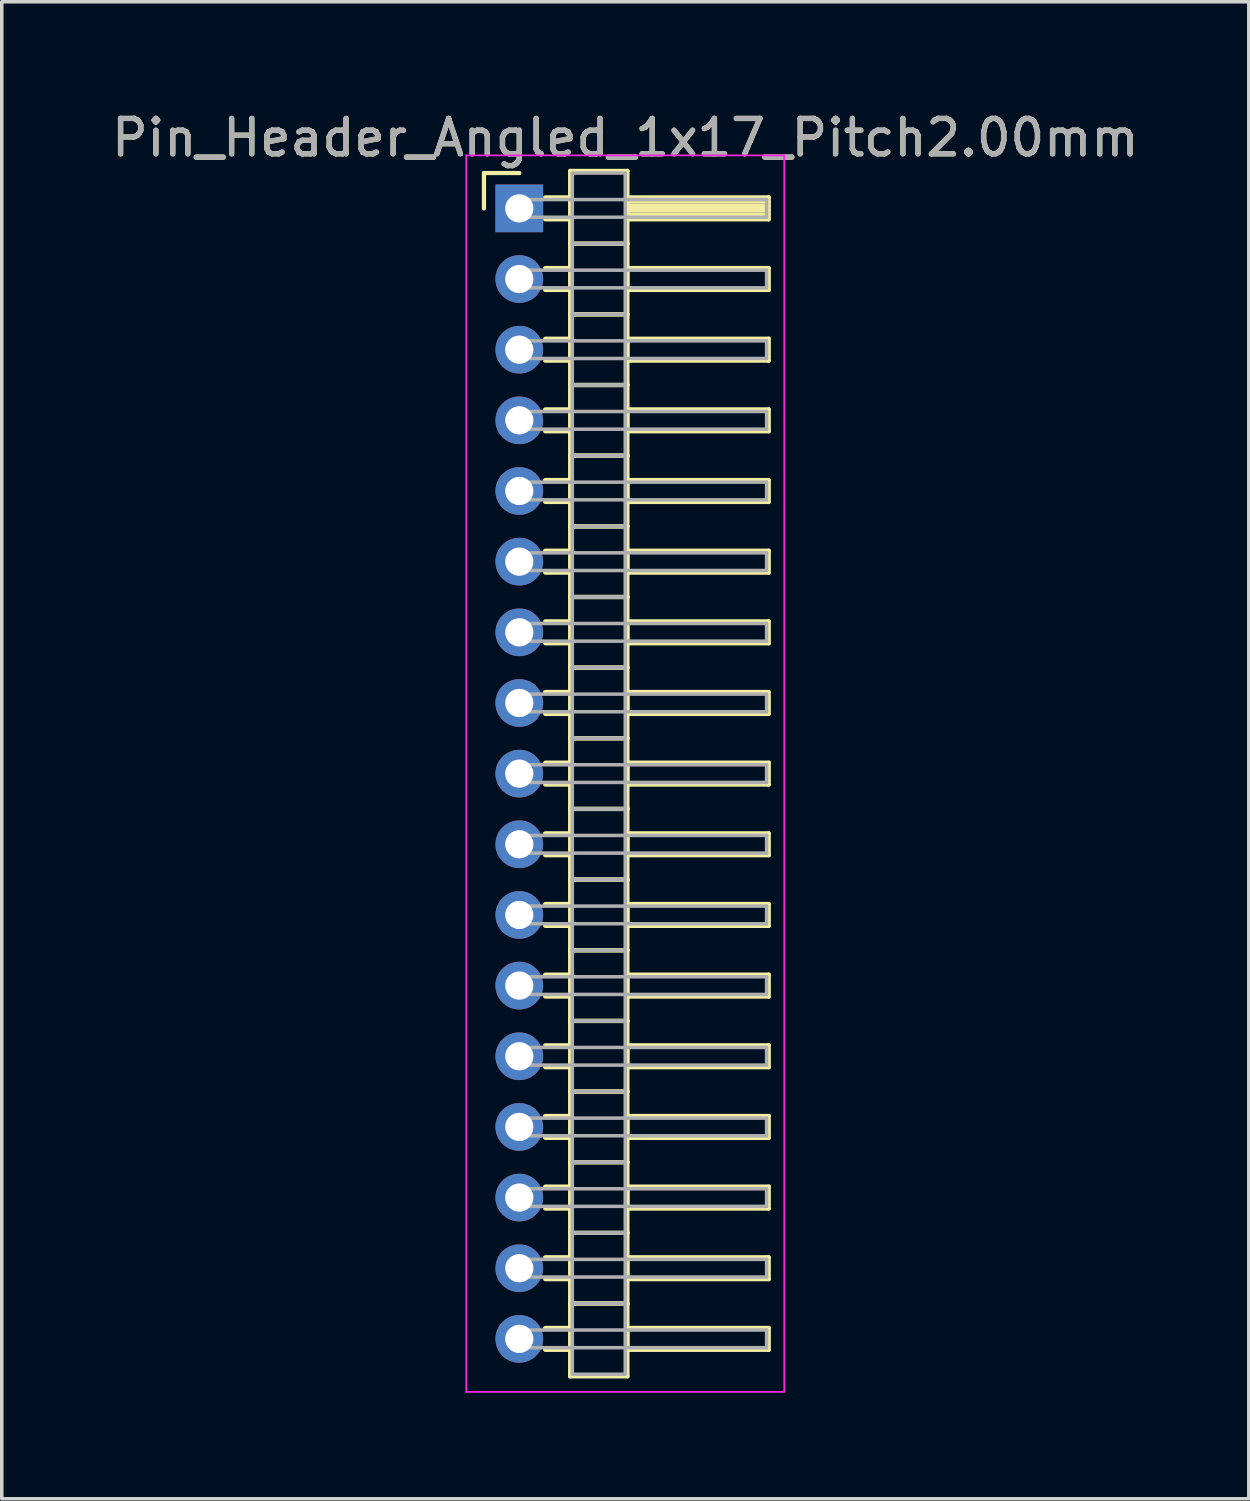
<source format=kicad_pcb>
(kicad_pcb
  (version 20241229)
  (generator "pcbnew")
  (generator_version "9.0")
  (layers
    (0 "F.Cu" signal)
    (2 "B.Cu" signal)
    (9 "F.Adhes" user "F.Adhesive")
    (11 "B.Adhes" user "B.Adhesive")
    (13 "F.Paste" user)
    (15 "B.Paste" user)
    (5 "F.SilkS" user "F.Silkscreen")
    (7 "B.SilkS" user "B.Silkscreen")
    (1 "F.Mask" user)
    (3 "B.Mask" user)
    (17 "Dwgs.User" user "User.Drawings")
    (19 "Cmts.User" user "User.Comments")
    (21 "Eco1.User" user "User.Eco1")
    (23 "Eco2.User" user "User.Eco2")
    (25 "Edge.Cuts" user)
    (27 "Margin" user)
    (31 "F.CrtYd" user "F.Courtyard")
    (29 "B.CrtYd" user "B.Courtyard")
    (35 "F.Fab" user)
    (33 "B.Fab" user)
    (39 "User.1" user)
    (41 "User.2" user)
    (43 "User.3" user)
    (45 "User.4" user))
  (footprint "Pin_Header_Angled_1x17_Pitch2.00mm"
    (layer "F.Cu")
    (at 11.649 2.848)
    (property "Reference" "Pin_Header_Angled_1x17_Pitch2.00mm" (at 3 -2 0) (layer "F.SilkS") (effects (font (size 1 1) (thickness 0.15))))
    (attr through_hole)
    (fp_line (start -1 -1) (end 0 -1) (stroke (width 0.12) (type solid)) (layer "F.SilkS"))
    (fp_line (start -1 0) (end -1 -1) (stroke (width 0.12) (type solid)) (layer "F.SilkS"))
    (fp_line (start 0.735 -0.31) (end 1.44 -0.31) (stroke (width 0.12) (type solid)) (layer "F.SilkS"))
    (fp_line (start 0.735 0.31) (end 1.44 0.31) (stroke (width 0.12) (type solid)) (layer "F.SilkS"))
    (fp_line (start 0.735 1.69) (end 1.44 1.69) (stroke (width 0.12) (type solid)) (layer "F.SilkS"))
    (fp_line (start 0.735 2.31) (end 1.44 2.31) (stroke (width 0.12) (type solid)) (layer "F.SilkS"))
    (fp_line (start 0.735 3.69) (end 1.44 3.69) (stroke (width 0.12) (type solid)) (layer "F.SilkS"))
    (fp_line (start 0.735 4.31) (end 1.44 4.31) (stroke (width 0.12) (type solid)) (layer "F.SilkS"))
    (fp_line (start 0.735 5.69) (end 1.44 5.69) (stroke (width 0.12) (type solid)) (layer "F.SilkS"))
    (fp_line (start 0.735 6.31) (end 1.44 6.31) (stroke (width 0.12) (type solid)) (layer "F.SilkS"))
    (fp_line (start 0.735 7.69) (end 1.44 7.69) (stroke (width 0.12) (type solid)) (layer "F.SilkS"))
    (fp_line (start 0.735 8.31) (end 1.44 8.31) (stroke (width 0.12) (type solid)) (layer "F.SilkS"))
    (fp_line (start 0.735 9.69) (end 1.44 9.69) (stroke (width 0.12) (type solid)) (layer "F.SilkS"))
    (fp_line (start 0.735 10.31) (end 1.44 10.31) (stroke (width 0.12) (type solid)) (layer "F.SilkS"))
    (fp_line (start 0.735 11.69) (end 1.44 11.69) (stroke (width 0.12) (type solid)) (layer "F.SilkS"))
    (fp_line (start 0.735 12.31) (end 1.44 12.31) (stroke (width 0.12) (type solid)) (layer "F.SilkS"))
    (fp_line (start 0.735 13.69) (end 1.44 13.69) (stroke (width 0.12) (type solid)) (layer "F.SilkS"))
    (fp_line (start 0.735 14.31) (end 1.44 14.31) (stroke (width 0.12) (type solid)) (layer "F.SilkS"))
    (fp_line (start 0.735 15.69) (end 1.44 15.69) (stroke (width 0.12) (type solid)) (layer "F.SilkS"))
    (fp_line (start 0.735 16.31) (end 1.44 16.31) (stroke (width 0.12) (type solid)) (layer "F.SilkS"))
    (fp_line (start 0.735 17.69) (end 1.44 17.69) (stroke (width 0.12) (type solid)) (layer "F.SilkS"))
    (fp_line (start 0.735 18.31) (end 1.44 18.31) (stroke (width 0.12) (type solid)) (layer "F.SilkS"))
    (fp_line (start 0.735 19.69) (end 1.44 19.69) (stroke (width 0.12) (type solid)) (layer "F.SilkS"))
    (fp_line (start 0.735 20.31) (end 1.44 20.31) (stroke (width 0.12) (type solid)) (layer "F.SilkS"))
    (fp_line (start 0.735 21.69) (end 1.44 21.69) (stroke (width 0.12) (type solid)) (layer "F.SilkS"))
    (fp_line (start 0.735 22.31) (end 1.44 22.31) (stroke (width 0.12) (type solid)) (layer "F.SilkS"))
    (fp_line (start 0.735 23.69) (end 1.44 23.69) (stroke (width 0.12) (type solid)) (layer "F.SilkS"))
    (fp_line (start 0.735 24.31) (end 1.44 24.31) (stroke (width 0.12) (type solid)) (layer "F.SilkS"))
    (fp_line (start 0.735 25.69) (end 1.44 25.69) (stroke (width 0.12) (type solid)) (layer "F.SilkS"))
    (fp_line (start 0.735 26.31) (end 1.44 26.31) (stroke (width 0.12) (type solid)) (layer "F.SilkS"))
    (fp_line (start 0.735 27.69) (end 1.44 27.69) (stroke (width 0.12) (type solid)) (layer "F.SilkS"))
    (fp_line (start 0.735 28.31) (end 1.44 28.31) (stroke (width 0.12) (type solid)) (layer "F.SilkS"))
    (fp_line (start 0.735 29.69) (end 1.44 29.69) (stroke (width 0.12) (type solid)) (layer "F.SilkS"))
    (fp_line (start 0.735 30.31) (end 1.44 30.31) (stroke (width 0.12) (type solid)) (layer "F.SilkS"))
    (fp_line (start 0.735 31.69) (end 1.44 31.69) (stroke (width 0.12) (type solid)) (layer "F.SilkS"))
    (fp_line (start 0.735 32.31) (end 1.44 32.31) (stroke (width 0.12) (type solid)) (layer "F.SilkS"))
    (fp_line (start 1.44 -1.06) (end 1.44 1) (stroke (width 0.12) (type solid)) (layer "F.SilkS"))
    (fp_line (start 1.44 1) (end 1.44 3) (stroke (width 0.12) (type solid)) (layer "F.SilkS"))
    (fp_line (start 1.44 1) (end 3.06 1) (stroke (width 0.12) (type solid)) (layer "F.SilkS"))
    (fp_line (start 1.44 3) (end 1.44 5) (stroke (width 0.12) (type solid)) (layer "F.SilkS"))
    (fp_line (start 1.44 3) (end 3.06 3) (stroke (width 0.12) (type solid)) (layer "F.SilkS"))
    (fp_line (start 1.44 5) (end 1.44 7) (stroke (width 0.12) (type solid)) (layer "F.SilkS"))
    (fp_line (start 1.44 5) (end 3.06 5) (stroke (width 0.12) (type solid)) (layer "F.SilkS"))
    (fp_line (start 1.44 7) (end 1.44 9) (stroke (width 0.12) (type solid)) (layer "F.SilkS"))
    (fp_line (start 1.44 7) (end 3.06 7) (stroke (width 0.12) (type solid)) (layer "F.SilkS"))
    (fp_line (start 1.44 9) (end 1.44 11) (stroke (width 0.12) (type solid)) (layer "F.SilkS"))
    (fp_line (start 1.44 9) (end 3.06 9) (stroke (width 0.12) (type solid)) (layer "F.SilkS"))
    (fp_line (start 1.44 11) (end 1.44 13) (stroke (width 0.12) (type solid)) (layer "F.SilkS"))
    (fp_line (start 1.44 11) (end 3.06 11) (stroke (width 0.12) (type solid)) (layer "F.SilkS"))
    (fp_line (start 1.44 13) (end 1.44 15) (stroke (width 0.12) (type solid)) (layer "F.SilkS"))
    (fp_line (start 1.44 13) (end 3.06 13) (stroke (width 0.12) (type solid)) (layer "F.SilkS"))
    (fp_line (start 1.44 15) (end 1.44 17) (stroke (width 0.12) (type solid)) (layer "F.SilkS"))
    (fp_line (start 1.44 15) (end 3.06 15) (stroke (width 0.12) (type solid)) (layer "F.SilkS"))
    (fp_line (start 1.44 17) (end 1.44 19) (stroke (width 0.12) (type solid)) (layer "F.SilkS"))
    (fp_line (start 1.44 17) (end 3.06 17) (stroke (width 0.12) (type solid)) (layer "F.SilkS"))
    (fp_line (start 1.44 19) (end 1.44 21) (stroke (width 0.12) (type solid)) (layer "F.SilkS"))
    (fp_line (start 1.44 19) (end 3.06 19) (stroke (width 0.12) (type solid)) (layer "F.SilkS"))
    (fp_line (start 1.44 21) (end 1.44 23) (stroke (width 0.12) (type solid)) (layer "F.SilkS"))
    (fp_line (start 1.44 21) (end 3.06 21) (stroke (width 0.12) (type solid)) (layer "F.SilkS"))
    (fp_line (start 1.44 23) (end 1.44 25) (stroke (width 0.12) (type solid)) (layer "F.SilkS"))
    (fp_line (start 1.44 23) (end 3.06 23) (stroke (width 0.12) (type solid)) (layer "F.SilkS"))
    (fp_line (start 1.44 25) (end 1.44 27) (stroke (width 0.12) (type solid)) (layer "F.SilkS"))
    (fp_line (start 1.44 25) (end 3.06 25) (stroke (width 0.12) (type solid)) (layer "F.SilkS"))
    (fp_line (start 1.44 27) (end 1.44 29) (stroke (width 0.12) (type solid)) (layer "F.SilkS"))
    (fp_line (start 1.44 27) (end 3.06 27) (stroke (width 0.12) (type solid)) (layer "F.SilkS"))
    (fp_line (start 1.44 29) (end 1.44 31) (stroke (width 0.12) (type solid)) (layer "F.SilkS"))
    (fp_line (start 1.44 29) (end 3.06 29) (stroke (width 0.12) (type solid)) (layer "F.SilkS"))
    (fp_line (start 1.44 31) (end 1.44 33.06) (stroke (width 0.12) (type solid)) (layer "F.SilkS"))
    (fp_line (start 1.44 31) (end 3.06 31) (stroke (width 0.12) (type solid)) (layer "F.SilkS"))
    (fp_line (start 1.44 33.06) (end 3.06 33.06) (stroke (width 0.12) (type solid)) (layer "F.SilkS"))
    (fp_line (start 3.06 -1.06) (end 1.44 -1.06) (stroke (width 0.12) (type solid)) (layer "F.SilkS"))
    (fp_line (start 3.06 -0.31) (end 3.06 0.31) (stroke (width 0.12) (type solid)) (layer "F.SilkS"))
    (fp_line (start 3.06 -0.19) (end 7.06 -0.19) (stroke (width 0.12) (type solid)) (layer "F.SilkS"))
    (fp_line (start 3.06 -0.07) (end 7.06 -0.07) (stroke (width 0.12) (type solid)) (layer "F.SilkS"))
    (fp_line (start 3.06 0.05) (end 7.06 0.05) (stroke (width 0.12) (type solid)) (layer "F.SilkS"))
    (fp_line (start 3.06 0.17) (end 7.06 0.17) (stroke (width 0.12) (type solid)) (layer "F.SilkS"))
    (fp_line (start 3.06 0.29) (end 7.06 0.29) (stroke (width 0.12) (type solid)) (layer "F.SilkS"))
    (fp_line (start 3.06 0.31) (end 7.06 0.31) (stroke (width 0.12) (type solid)) (layer "F.SilkS"))
    (fp_line (start 3.06 1) (end 1.44 1) (stroke (width 0.12) (type solid)) (layer "F.SilkS"))
    (fp_line (start 3.06 1) (end 3.06 -1.06) (stroke (width 0.12) (type solid)) (layer "F.SilkS"))
    (fp_line (start 3.06 1.69) (end 3.06 2.31) (stroke (width 0.12) (type solid)) (layer "F.SilkS"))
    (fp_line (start 3.06 2.31) (end 7.06 2.31) (stroke (width 0.12) (type solid)) (layer "F.SilkS"))
    (fp_line (start 3.06 3) (end 1.44 3) (stroke (width 0.12) (type solid)) (layer "F.SilkS"))
    (fp_line (start 3.06 3) (end 3.06 1) (stroke (width 0.12) (type solid)) (layer "F.SilkS"))
    (fp_line (start 3.06 3.69) (end 3.06 4.31) (stroke (width 0.12) (type solid)) (layer "F.SilkS"))
    (fp_line (start 3.06 4.31) (end 7.06 4.31) (stroke (width 0.12) (type solid)) (layer "F.SilkS"))
    (fp_line (start 3.06 5) (end 1.44 5) (stroke (width 0.12) (type solid)) (layer "F.SilkS"))
    (fp_line (start 3.06 5) (end 3.06 3) (stroke (width 0.12) (type solid)) (layer "F.SilkS"))
    (fp_line (start 3.06 5.69) (end 3.06 6.31) (stroke (width 0.12) (type solid)) (layer "F.SilkS"))
    (fp_line (start 3.06 6.31) (end 7.06 6.31) (stroke (width 0.12) (type solid)) (layer "F.SilkS"))
    (fp_line (start 3.06 7) (end 1.44 7) (stroke (width 0.12) (type solid)) (layer "F.SilkS"))
    (fp_line (start 3.06 7) (end 3.06 5) (stroke (width 0.12) (type solid)) (layer "F.SilkS"))
    (fp_line (start 3.06 7.69) (end 3.06 8.31) (stroke (width 0.12) (type solid)) (layer "F.SilkS"))
    (fp_line (start 3.06 8.31) (end 7.06 8.31) (stroke (width 0.12) (type solid)) (layer "F.SilkS"))
    (fp_line (start 3.06 9) (end 1.44 9) (stroke (width 0.12) (type solid)) (layer "F.SilkS"))
    (fp_line (start 3.06 9) (end 3.06 7) (stroke (width 0.12) (type solid)) (layer "F.SilkS"))
    (fp_line (start 3.06 9.69) (end 3.06 10.31) (stroke (width 0.12) (type solid)) (layer "F.SilkS"))
    (fp_line (start 3.06 10.31) (end 7.06 10.31) (stroke (width 0.12) (type solid)) (layer "F.SilkS"))
    (fp_line (start 3.06 11) (end 1.44 11) (stroke (width 0.12) (type solid)) (layer "F.SilkS"))
    (fp_line (start 3.06 11) (end 3.06 9) (stroke (width 0.12) (type solid)) (layer "F.SilkS"))
    (fp_line (start 3.06 11.69) (end 3.06 12.31) (stroke (width 0.12) (type solid)) (layer "F.SilkS"))
    (fp_line (start 3.06 12.31) (end 7.06 12.31) (stroke (width 0.12) (type solid)) (layer "F.SilkS"))
    (fp_line (start 3.06 13) (end 1.44 13) (stroke (width 0.12) (type solid)) (layer "F.SilkS"))
    (fp_line (start 3.06 13) (end 3.06 11) (stroke (width 0.12) (type solid)) (layer "F.SilkS"))
    (fp_line (start 3.06 13.69) (end 3.06 14.31) (stroke (width 0.12) (type solid)) (layer "F.SilkS"))
    (fp_line (start 3.06 14.31) (end 7.06 14.31) (stroke (width 0.12) (type solid)) (layer "F.SilkS"))
    (fp_line (start 3.06 15) (end 1.44 15) (stroke (width 0.12) (type solid)) (layer "F.SilkS"))
    (fp_line (start 3.06 15) (end 3.06 13) (stroke (width 0.12) (type solid)) (layer "F.SilkS"))
    (fp_line (start 3.06 15.69) (end 3.06 16.31) (stroke (width 0.12) (type solid)) (layer "F.SilkS"))
    (fp_line (start 3.06 16.31) (end 7.06 16.31) (stroke (width 0.12) (type solid)) (layer "F.SilkS"))
    (fp_line (start 3.06 17) (end 1.44 17) (stroke (width 0.12) (type solid)) (layer "F.SilkS"))
    (fp_line (start 3.06 17) (end 3.06 15) (stroke (width 0.12) (type solid)) (layer "F.SilkS"))
    (fp_line (start 3.06 17.69) (end 3.06 18.31) (stroke (width 0.12) (type solid)) (layer "F.SilkS"))
    (fp_line (start 3.06 18.31) (end 7.06 18.31) (stroke (width 0.12) (type solid)) (layer "F.SilkS"))
    (fp_line (start 3.06 19) (end 1.44 19) (stroke (width 0.12) (type solid)) (layer "F.SilkS"))
    (fp_line (start 3.06 19) (end 3.06 17) (stroke (width 0.12) (type solid)) (layer "F.SilkS"))
    (fp_line (start 3.06 19.69) (end 3.06 20.31) (stroke (width 0.12) (type solid)) (layer "F.SilkS"))
    (fp_line (start 3.06 20.31) (end 7.06 20.31) (stroke (width 0.12) (type solid)) (layer "F.SilkS"))
    (fp_line (start 3.06 21) (end 1.44 21) (stroke (width 0.12) (type solid)) (layer "F.SilkS"))
    (fp_line (start 3.06 21) (end 3.06 19) (stroke (width 0.12) (type solid)) (layer "F.SilkS"))
    (fp_line (start 3.06 21.69) (end 3.06 22.31) (stroke (width 0.12) (type solid)) (layer "F.SilkS"))
    (fp_line (start 3.06 22.31) (end 7.06 22.31) (stroke (width 0.12) (type solid)) (layer "F.SilkS"))
    (fp_line (start 3.06 23) (end 1.44 23) (stroke (width 0.12) (type solid)) (layer "F.SilkS"))
    (fp_line (start 3.06 23) (end 3.06 21) (stroke (width 0.12) (type solid)) (layer "F.SilkS"))
    (fp_line (start 3.06 23.69) (end 3.06 24.31) (stroke (width 0.12) (type solid)) (layer "F.SilkS"))
    (fp_line (start 3.06 24.31) (end 7.06 24.31) (stroke (width 0.12) (type solid)) (layer "F.SilkS"))
    (fp_line (start 3.06 25) (end 1.44 25) (stroke (width 0.12) (type solid)) (layer "F.SilkS"))
    (fp_line (start 3.06 25) (end 3.06 23) (stroke (width 0.12) (type solid)) (layer "F.SilkS"))
    (fp_line (start 3.06 25.69) (end 3.06 26.31) (stroke (width 0.12) (type solid)) (layer "F.SilkS"))
    (fp_line (start 3.06 26.31) (end 7.06 26.31) (stroke (width 0.12) (type solid)) (layer "F.SilkS"))
    (fp_line (start 3.06 27) (end 1.44 27) (stroke (width 0.12) (type solid)) (layer "F.SilkS"))
    (fp_line (start 3.06 27) (end 3.06 25) (stroke (width 0.12) (type solid)) (layer "F.SilkS"))
    (fp_line (start 3.06 27.69) (end 3.06 28.31) (stroke (width 0.12) (type solid)) (layer "F.SilkS"))
    (fp_line (start 3.06 28.31) (end 7.06 28.31) (stroke (width 0.12) (type solid)) (layer "F.SilkS"))
    (fp_line (start 3.06 29) (end 1.44 29) (stroke (width 0.12) (type solid)) (layer "F.SilkS"))
    (fp_line (start 3.06 29) (end 3.06 27) (stroke (width 0.12) (type solid)) (layer "F.SilkS"))
    (fp_line (start 3.06 29.69) (end 3.06 30.31) (stroke (width 0.12) (type solid)) (layer "F.SilkS"))
    (fp_line (start 3.06 30.31) (end 7.06 30.31) (stroke (width 0.12) (type solid)) (layer "F.SilkS"))
    (fp_line (start 3.06 31) (end 1.44 31) (stroke (width 0.12) (type solid)) (layer "F.SilkS"))
    (fp_line (start 3.06 31) (end 3.06 29) (stroke (width 0.12) (type solid)) (layer "F.SilkS"))
    (fp_line (start 3.06 31.69) (end 3.06 32.31) (stroke (width 0.12) (type solid)) (layer "F.SilkS"))
    (fp_line (start 3.06 32.31) (end 7.06 32.31) (stroke (width 0.12) (type solid)) (layer "F.SilkS"))
    (fp_line (start 3.06 33.06) (end 3.06 31) (stroke (width 0.12) (type solid)) (layer "F.SilkS"))
    (fp_line (start 7.06 -0.31) (end 3.06 -0.31) (stroke (width 0.12) (type solid)) (layer "F.SilkS"))
    (fp_line (start 7.06 0.31) (end 7.06 -0.31) (stroke (width 0.12) (type solid)) (layer "F.SilkS"))
    (fp_line (start 7.06 1.69) (end 3.06 1.69) (stroke (width 0.12) (type solid)) (layer "F.SilkS"))
    (fp_line (start 7.06 2.31) (end 7.06 1.69) (stroke (width 0.12) (type solid)) (layer "F.SilkS"))
    (fp_line (start 7.06 3.69) (end 3.06 3.69) (stroke (width 0.12) (type solid)) (layer "F.SilkS"))
    (fp_line (start 7.06 4.31) (end 7.06 3.69) (stroke (width 0.12) (type solid)) (layer "F.SilkS"))
    (fp_line (start 7.06 5.69) (end 3.06 5.69) (stroke (width 0.12) (type solid)) (layer "F.SilkS"))
    (fp_line (start 7.06 6.31) (end 7.06 5.69) (stroke (width 0.12) (type solid)) (layer "F.SilkS"))
    (fp_line (start 7.06 7.69) (end 3.06 7.69) (stroke (width 0.12) (type solid)) (layer "F.SilkS"))
    (fp_line (start 7.06 8.31) (end 7.06 7.69) (stroke (width 0.12) (type solid)) (layer "F.SilkS"))
    (fp_line (start 7.06 9.69) (end 3.06 9.69) (stroke (width 0.12) (type solid)) (layer "F.SilkS"))
    (fp_line (start 7.06 10.31) (end 7.06 9.69) (stroke (width 0.12) (type solid)) (layer "F.SilkS"))
    (fp_line (start 7.06 11.69) (end 3.06 11.69) (stroke (width 0.12) (type solid)) (layer "F.SilkS"))
    (fp_line (start 7.06 12.31) (end 7.06 11.69) (stroke (width 0.12) (type solid)) (layer "F.SilkS"))
    (fp_line (start 7.06 13.69) (end 3.06 13.69) (stroke (width 0.12) (type solid)) (layer "F.SilkS"))
    (fp_line (start 7.06 14.31) (end 7.06 13.69) (stroke (width 0.12) (type solid)) (layer "F.SilkS"))
    (fp_line (start 7.06 15.69) (end 3.06 15.69) (stroke (width 0.12) (type solid)) (layer "F.SilkS"))
    (fp_line (start 7.06 16.31) (end 7.06 15.69) (stroke (width 0.12) (type solid)) (layer "F.SilkS"))
    (fp_line (start 7.06 17.69) (end 3.06 17.69) (stroke (width 0.12) (type solid)) (layer "F.SilkS"))
    (fp_line (start 7.06 18.31) (end 7.06 17.69) (stroke (width 0.12) (type solid)) (layer "F.SilkS"))
    (fp_line (start 7.06 19.69) (end 3.06 19.69) (stroke (width 0.12) (type solid)) (layer "F.SilkS"))
    (fp_line (start 7.06 20.31) (end 7.06 19.69) (stroke (width 0.12) (type solid)) (layer "F.SilkS"))
    (fp_line (start 7.06 21.69) (end 3.06 21.69) (stroke (width 0.12) (type solid)) (layer "F.SilkS"))
    (fp_line (start 7.06 22.31) (end 7.06 21.69) (stroke (width 0.12) (type solid)) (layer "F.SilkS"))
    (fp_line (start 7.06 23.69) (end 3.06 23.69) (stroke (width 0.12) (type solid)) (layer "F.SilkS"))
    (fp_line (start 7.06 24.31) (end 7.06 23.69) (stroke (width 0.12) (type solid)) (layer "F.SilkS"))
    (fp_line (start 7.06 25.69) (end 3.06 25.69) (stroke (width 0.12) (type solid)) (layer "F.SilkS"))
    (fp_line (start 7.06 26.31) (end 7.06 25.69) (stroke (width 0.12) (type solid)) (layer "F.SilkS"))
    (fp_line (start 7.06 27.69) (end 3.06 27.69) (stroke (width 0.12) (type solid)) (layer "F.SilkS"))
    (fp_line (start 7.06 28.31) (end 7.06 27.69) (stroke (width 0.12) (type solid)) (layer "F.SilkS"))
    (fp_line (start 7.06 29.69) (end 3.06 29.69) (stroke (width 0.12) (type solid)) (layer "F.SilkS"))
    (fp_line (start 7.06 30.31) (end 7.06 29.69) (stroke (width 0.12) (type solid)) (layer "F.SilkS"))
    (fp_line (start 7.06 31.69) (end 3.06 31.69) (stroke (width 0.12) (type solid)) (layer "F.SilkS"))
    (fp_line (start 7.06 32.31) (end 7.06 31.69) (stroke (width 0.12) (type solid)) (layer "F.SilkS"))
    (fp_line (start -1.5 -1.5) (end -1.5 33.5) (stroke (width 0.05) (type solid)) (layer "F.CrtYd"))
    (fp_line (start -1.5 33.5) (end 7.5 33.5) (stroke (width 0.05) (type solid)) (layer "F.CrtYd"))
    (fp_line (start 7.5 -1.5) (end -1.5 -1.5) (stroke (width 0.05) (type solid)) (layer "F.CrtYd"))
    (fp_line (start 7.5 33.5) (end 7.5 -1.5) (stroke (width 0.05) (type solid)) (layer "F.CrtYd"))
    (fp_line (start 0 -0.25) (end 0 0.25) (stroke (width 0.1) (type solid)) (layer "F.Fab"))
    (fp_line (start 0 0.25) (end 7 0.25) (stroke (width 0.1) (type solid)) (layer "F.Fab"))
    (fp_line (start 0 1.75) (end 0 2.25) (stroke (width 0.1) (type solid)) (layer "F.Fab"))
    (fp_line (start 0 2.25) (end 7 2.25) (stroke (width 0.1) (type solid)) (layer "F.Fab"))
    (fp_line (start 0 3.75) (end 0 4.25) (stroke (width 0.1) (type solid)) (layer "F.Fab"))
    (fp_line (start 0 4.25) (end 7 4.25) (stroke (width 0.1) (type solid)) (layer "F.Fab"))
    (fp_line (start 0 5.75) (end 0 6.25) (stroke (width 0.1) (type solid)) (layer "F.Fab"))
    (fp_line (start 0 6.25) (end 7 6.25) (stroke (width 0.1) (type solid)) (layer "F.Fab"))
    (fp_line (start 0 7.75) (end 0 8.25) (stroke (width 0.1) (type solid)) (layer "F.Fab"))
    (fp_line (start 0 8.25) (end 7 8.25) (stroke (width 0.1) (type solid)) (layer "F.Fab"))
    (fp_line (start 0 9.75) (end 0 10.25) (stroke (width 0.1) (type solid)) (layer "F.Fab"))
    (fp_line (start 0 10.25) (end 7 10.25) (stroke (width 0.1) (type solid)) (layer "F.Fab"))
    (fp_line (start 0 11.75) (end 0 12.25) (stroke (width 0.1) (type solid)) (layer "F.Fab"))
    (fp_line (start 0 12.25) (end 7 12.25) (stroke (width 0.1) (type solid)) (layer "F.Fab"))
    (fp_line (start 0 13.75) (end 0 14.25) (stroke (width 0.1) (type solid)) (layer "F.Fab"))
    (fp_line (start 0 14.25) (end 7 14.25) (stroke (width 0.1) (type solid)) (layer "F.Fab"))
    (fp_line (start 0 15.75) (end 0 16.25) (stroke (width 0.1) (type solid)) (layer "F.Fab"))
    (fp_line (start 0 16.25) (end 7 16.25) (stroke (width 0.1) (type solid)) (layer "F.Fab"))
    (fp_line (start 0 17.75) (end 0 18.25) (stroke (width 0.1) (type solid)) (layer "F.Fab"))
    (fp_line (start 0 18.25) (end 7 18.25) (stroke (width 0.1) (type solid)) (layer "F.Fab"))
    (fp_line (start 0 19.75) (end 0 20.25) (stroke (width 0.1) (type solid)) (layer "F.Fab"))
    (fp_line (start 0 20.25) (end 7 20.25) (stroke (width 0.1) (type solid)) (layer "F.Fab"))
    (fp_line (start 0 21.75) (end 0 22.25) (stroke (width 0.1) (type solid)) (layer "F.Fab"))
    (fp_line (start 0 22.25) (end 7 22.25) (stroke (width 0.1) (type solid)) (layer "F.Fab"))
    (fp_line (start 0 23.75) (end 0 24.25) (stroke (width 0.1) (type solid)) (layer "F.Fab"))
    (fp_line (start 0 24.25) (end 7 24.25) (stroke (width 0.1) (type solid)) (layer "F.Fab"))
    (fp_line (start 0 25.75) (end 0 26.25) (stroke (width 0.1) (type solid)) (layer "F.Fab"))
    (fp_line (start 0 26.25) (end 7 26.25) (stroke (width 0.1) (type solid)) (layer "F.Fab"))
    (fp_line (start 0 27.75) (end 0 28.25) (stroke (width 0.1) (type solid)) (layer "F.Fab"))
    (fp_line (start 0 28.25) (end 7 28.25) (stroke (width 0.1) (type solid)) (layer "F.Fab"))
    (fp_line (start 0 29.75) (end 0 30.25) (stroke (width 0.1) (type solid)) (layer "F.Fab"))
    (fp_line (start 0 30.25) (end 7 30.25) (stroke (width 0.1) (type solid)) (layer "F.Fab"))
    (fp_line (start 0 31.75) (end 0 32.25) (stroke (width 0.1) (type solid)) (layer "F.Fab"))
    (fp_line (start 0 32.25) (end 7 32.25) (stroke (width 0.1) (type solid)) (layer "F.Fab"))
    (fp_line (start 1.5 -1) (end 1.5 1) (stroke (width 0.1) (type solid)) (layer "F.Fab"))
    (fp_line (start 1.5 1) (end 1.5 3) (stroke (width 0.1) (type solid)) (layer "F.Fab"))
    (fp_line (start 1.5 1) (end 3 1) (stroke (width 0.1) (type solid)) (layer "F.Fab"))
    (fp_line (start 1.5 3) (end 1.5 5) (stroke (width 0.1) (type solid)) (layer "F.Fab"))
    (fp_line (start 1.5 3) (end 3 3) (stroke (width 0.1) (type solid)) (layer "F.Fab"))
    (fp_line (start 1.5 5) (end 1.5 7) (stroke (width 0.1) (type solid)) (layer "F.Fab"))
    (fp_line (start 1.5 5) (end 3 5) (stroke (width 0.1) (type solid)) (layer "F.Fab"))
    (fp_line (start 1.5 7) (end 1.5 9) (stroke (width 0.1) (type solid)) (layer "F.Fab"))
    (fp_line (start 1.5 7) (end 3 7) (stroke (width 0.1) (type solid)) (layer "F.Fab"))
    (fp_line (start 1.5 9) (end 1.5 11) (stroke (width 0.1) (type solid)) (layer "F.Fab"))
    (fp_line (start 1.5 9) (end 3 9) (stroke (width 0.1) (type solid)) (layer "F.Fab"))
    (fp_line (start 1.5 11) (end 1.5 13) (stroke (width 0.1) (type solid)) (layer "F.Fab"))
    (fp_line (start 1.5 11) (end 3 11) (stroke (width 0.1) (type solid)) (layer "F.Fab"))
    (fp_line (start 1.5 13) (end 1.5 15) (stroke (width 0.1) (type solid)) (layer "F.Fab"))
    (fp_line (start 1.5 13) (end 3 13) (stroke (width 0.1) (type solid)) (layer "F.Fab"))
    (fp_line (start 1.5 15) (end 1.5 17) (stroke (width 0.1) (type solid)) (layer "F.Fab"))
    (fp_line (start 1.5 15) (end 3 15) (stroke (width 0.1) (type solid)) (layer "F.Fab"))
    (fp_line (start 1.5 17) (end 1.5 19) (stroke (width 0.1) (type solid)) (layer "F.Fab"))
    (fp_line (start 1.5 17) (end 3 17) (stroke (width 0.1) (type solid)) (layer "F.Fab"))
    (fp_line (start 1.5 19) (end 1.5 21) (stroke (width 0.1) (type solid)) (layer "F.Fab"))
    (fp_line (start 1.5 19) (end 3 19) (stroke (width 0.1) (type solid)) (layer "F.Fab"))
    (fp_line (start 1.5 21) (end 1.5 23) (stroke (width 0.1) (type solid)) (layer "F.Fab"))
    (fp_line (start 1.5 21) (end 3 21) (stroke (width 0.1) (type solid)) (layer "F.Fab"))
    (fp_line (start 1.5 23) (end 1.5 25) (stroke (width 0.1) (type solid)) (layer "F.Fab"))
    (fp_line (start 1.5 23) (end 3 23) (stroke (width 0.1) (type solid)) (layer "F.Fab"))
    (fp_line (start 1.5 25) (end 1.5 27) (stroke (width 0.1) (type solid)) (layer "F.Fab"))
    (fp_line (start 1.5 25) (end 3 25) (stroke (width 0.1) (type solid)) (layer "F.Fab"))
    (fp_line (start 1.5 27) (end 1.5 29) (stroke (width 0.1) (type solid)) (layer "F.Fab"))
    (fp_line (start 1.5 27) (end 3 27) (stroke (width 0.1) (type solid)) (layer "F.Fab"))
    (fp_line (start 1.5 29) (end 1.5 31) (stroke (width 0.1) (type solid)) (layer "F.Fab"))
    (fp_line (start 1.5 29) (end 3 29) (stroke (width 0.1) (type solid)) (layer "F.Fab"))
    (fp_line (start 1.5 31) (end 1.5 33) (stroke (width 0.1) (type solid)) (layer "F.Fab"))
    (fp_line (start 1.5 31) (end 3 31) (stroke (width 0.1) (type solid)) (layer "F.Fab"))
    (fp_line (start 1.5 33) (end 3 33) (stroke (width 0.1) (type solid)) (layer "F.Fab"))
    (fp_line (start 3 -1) (end 1.5 -1) (stroke (width 0.1) (type solid)) (layer "F.Fab"))
    (fp_line (start 3 1) (end 1.5 1) (stroke (width 0.1) (type solid)) (layer "F.Fab"))
    (fp_line (start 3 1) (end 3 -1) (stroke (width 0.1) (type solid)) (layer "F.Fab"))
    (fp_line (start 3 3) (end 1.5 3) (stroke (width 0.1) (type solid)) (layer "F.Fab"))
    (fp_line (start 3 3) (end 3 1) (stroke (width 0.1) (type solid)) (layer "F.Fab"))
    (fp_line (start 3 5) (end 1.5 5) (stroke (width 0.1) (type solid)) (layer "F.Fab"))
    (fp_line (start 3 5) (end 3 3) (stroke (width 0.1) (type solid)) (layer "F.Fab"))
    (fp_line (start 3 7) (end 1.5 7) (stroke (width 0.1) (type solid)) (layer "F.Fab"))
    (fp_line (start 3 7) (end 3 5) (stroke (width 0.1) (type solid)) (layer "F.Fab"))
    (fp_line (start 3 9) (end 1.5 9) (stroke (width 0.1) (type solid)) (layer "F.Fab"))
    (fp_line (start 3 9) (end 3 7) (stroke (width 0.1) (type solid)) (layer "F.Fab"))
    (fp_line (start 3 11) (end 1.5 11) (stroke (width 0.1) (type solid)) (layer "F.Fab"))
    (fp_line (start 3 11) (end 3 9) (stroke (width 0.1) (type solid)) (layer "F.Fab"))
    (fp_line (start 3 13) (end 1.5 13) (stroke (width 0.1) (type solid)) (layer "F.Fab"))
    (fp_line (start 3 13) (end 3 11) (stroke (width 0.1) (type solid)) (layer "F.Fab"))
    (fp_line (start 3 15) (end 1.5 15) (stroke (width 0.1) (type solid)) (layer "F.Fab"))
    (fp_line (start 3 15) (end 3 13) (stroke (width 0.1) (type solid)) (layer "F.Fab"))
    (fp_line (start 3 17) (end 1.5 17) (stroke (width 0.1) (type solid)) (layer "F.Fab"))
    (fp_line (start 3 17) (end 3 15) (stroke (width 0.1) (type solid)) (layer "F.Fab"))
    (fp_line (start 3 19) (end 1.5 19) (stroke (width 0.1) (type solid)) (layer "F.Fab"))
    (fp_line (start 3 19) (end 3 17) (stroke (width 0.1) (type solid)) (layer "F.Fab"))
    (fp_line (start 3 21) (end 1.5 21) (stroke (width 0.1) (type solid)) (layer "F.Fab"))
    (fp_line (start 3 21) (end 3 19) (stroke (width 0.1) (type solid)) (layer "F.Fab"))
    (fp_line (start 3 23) (end 1.5 23) (stroke (width 0.1) (type solid)) (layer "F.Fab"))
    (fp_line (start 3 23) (end 3 21) (stroke (width 0.1) (type solid)) (layer "F.Fab"))
    (fp_line (start 3 25) (end 1.5 25) (stroke (width 0.1) (type solid)) (layer "F.Fab"))
    (fp_line (start 3 25) (end 3 23) (stroke (width 0.1) (type solid)) (layer "F.Fab"))
    (fp_line (start 3 27) (end 1.5 27) (stroke (width 0.1) (type solid)) (layer "F.Fab"))
    (fp_line (start 3 27) (end 3 25) (stroke (width 0.1) (type solid)) (layer "F.Fab"))
    (fp_line (start 3 29) (end 1.5 29) (stroke (width 0.1) (type solid)) (layer "F.Fab"))
    (fp_line (start 3 29) (end 3 27) (stroke (width 0.1) (type solid)) (layer "F.Fab"))
    (fp_line (start 3 31) (end 1.5 31) (stroke (width 0.1) (type solid)) (layer "F.Fab"))
    (fp_line (start 3 31) (end 3 29) (stroke (width 0.1) (type solid)) (layer "F.Fab"))
    (fp_line (start 3 33) (end 3 31) (stroke (width 0.1) (type solid)) (layer "F.Fab"))
    (fp_line (start 7 -0.25) (end 0 -0.25) (stroke (width 0.1) (type solid)) (layer "F.Fab"))
    (fp_line (start 7 0.25) (end 7 -0.25) (stroke (width 0.1) (type solid)) (layer "F.Fab"))
    (fp_line (start 7 1.75) (end 0 1.75) (stroke (width 0.1) (type solid)) (layer "F.Fab"))
    (fp_line (start 7 2.25) (end 7 1.75) (stroke (width 0.1) (type solid)) (layer "F.Fab"))
    (fp_line (start 7 3.75) (end 0 3.75) (stroke (width 0.1) (type solid)) (layer "F.Fab"))
    (fp_line (start 7 4.25) (end 7 3.75) (stroke (width 0.1) (type solid)) (layer "F.Fab"))
    (fp_line (start 7 5.75) (end 0 5.75) (stroke (width 0.1) (type solid)) (layer "F.Fab"))
    (fp_line (start 7 6.25) (end 7 5.75) (stroke (width 0.1) (type solid)) (layer "F.Fab"))
    (fp_line (start 7 7.75) (end 0 7.75) (stroke (width 0.1) (type solid)) (layer "F.Fab"))
    (fp_line (start 7 8.25) (end 7 7.75) (stroke (width 0.1) (type solid)) (layer "F.Fab"))
    (fp_line (start 7 9.75) (end 0 9.75) (stroke (width 0.1) (type solid)) (layer "F.Fab"))
    (fp_line (start 7 10.25) (end 7 9.75) (stroke (width 0.1) (type solid)) (layer "F.Fab"))
    (fp_line (start 7 11.75) (end 0 11.75) (stroke (width 0.1) (type solid)) (layer "F.Fab"))
    (fp_line (start 7 12.25) (end 7 11.75) (stroke (width 0.1) (type solid)) (layer "F.Fab"))
    (fp_line (start 7 13.75) (end 0 13.75) (stroke (width 0.1) (type solid)) (layer "F.Fab"))
    (fp_line (start 7 14.25) (end 7 13.75) (stroke (width 0.1) (type solid)) (layer "F.Fab"))
    (fp_line (start 7 15.75) (end 0 15.75) (stroke (width 0.1) (type solid)) (layer "F.Fab"))
    (fp_line (start 7 16.25) (end 7 15.75) (stroke (width 0.1) (type solid)) (layer "F.Fab"))
    (fp_line (start 7 17.75) (end 0 17.75) (stroke (width 0.1) (type solid)) (layer "F.Fab"))
    (fp_line (start 7 18.25) (end 7 17.75) (stroke (width 0.1) (type solid)) (layer "F.Fab"))
    (fp_line (start 7 19.75) (end 0 19.75) (stroke (width 0.1) (type solid)) (layer "F.Fab"))
    (fp_line (start 7 20.25) (end 7 19.75) (stroke (width 0.1) (type solid)) (layer "F.Fab"))
    (fp_line (start 7 21.75) (end 0 21.75) (stroke (width 0.1) (type solid)) (layer "F.Fab"))
    (fp_line (start 7 22.25) (end 7 21.75) (stroke (width 0.1) (type solid)) (layer "F.Fab"))
    (fp_line (start 7 23.75) (end 0 23.75) (stroke (width 0.1) (type solid)) (layer "F.Fab"))
    (fp_line (start 7 24.25) (end 7 23.75) (stroke (width 0.1) (type solid)) (layer "F.Fab"))
    (fp_line (start 7 25.75) (end 0 25.75) (stroke (width 0.1) (type solid)) (layer "F.Fab"))
    (fp_line (start 7 26.25) (end 7 25.75) (stroke (width 0.1) (type solid)) (layer "F.Fab"))
    (fp_line (start 7 27.75) (end 0 27.75) (stroke (width 0.1) (type solid)) (layer "F.Fab"))
    (fp_line (start 7 28.25) (end 7 27.75) (stroke (width 0.1) (type solid)) (layer "F.Fab"))
    (fp_line (start 7 29.75) (end 0 29.75) (stroke (width 0.1) (type solid)) (layer "F.Fab"))
    (fp_line (start 7 30.25) (end 7 29.75) (stroke (width 0.1) (type solid)) (layer "F.Fab"))
    (fp_line (start 7 31.75) (end 0 31.75) (stroke (width 0.1) (type solid)) (layer "F.Fab"))
    (fp_line (start 7 32.25) (end 7 31.75) (stroke (width 0.1) (type solid)) (layer "F.Fab"))
    (fp_text user "${REFERENCE}" (at 3 -2 0) (layer "F.Fab") (effects (font (size 1 1) (thickness 0.15))))
    (pad "1" thru_hole rect (at 0 0) (size 1.35 1.35) (drill 0.8) (layers "*.Cu" "*.Mask"))
    (pad "2" thru_hole oval (at 0 2) (size 1.35 1.35) (drill 0.8) (layers "*.Cu" "*.Mask"))
    (pad "3" thru_hole oval (at 0 4) (size 1.35 1.35) (drill 0.8) (layers "*.Cu" "*.Mask"))
    (pad "4" thru_hole oval (at 0 6) (size 1.35 1.35) (drill 0.8) (layers "*.Cu" "*.Mask"))
    (pad "5" thru_hole oval (at 0 8) (size 1.35 1.35) (drill 0.8) (layers "*.Cu" "*.Mask"))
    (pad "6" thru_hole oval (at 0 10) (size 1.35 1.35) (drill 0.8) (layers "*.Cu" "*.Mask"))
    (pad "7" thru_hole oval (at 0 12) (size 1.35 1.35) (drill 0.8) (layers "*.Cu" "*.Mask"))
    (pad "8" thru_hole oval (at 0 14) (size 1.35 1.35) (drill 0.8) (layers "*.Cu" "*.Mask"))
    (pad "9" thru_hole oval (at 0 16) (size 1.35 1.35) (drill 0.8) (layers "*.Cu" "*.Mask"))
    (pad "10" thru_hole oval (at 0 18) (size 1.35 1.35) (drill 0.8) (layers "*.Cu" "*.Mask"))
    (pad "11" thru_hole oval (at 0 20) (size 1.35 1.35) (drill 0.8) (layers "*.Cu" "*.Mask"))
    (pad "12" thru_hole oval (at 0 22) (size 1.35 1.35) (drill 0.8) (layers "*.Cu" "*.Mask"))
    (pad "13" thru_hole oval (at 0 24) (size 1.35 1.35) (drill 0.8) (layers "*.Cu" "*.Mask"))
    (pad "14" thru_hole oval (at 0 26) (size 1.35 1.35) (drill 0.8) (layers "*.Cu" "*.Mask"))
    (pad "15" thru_hole oval (at 0 28) (size 1.35 1.35) (drill 0.8) (layers "*.Cu" "*.Mask"))
    (pad "16" thru_hole oval (at 0 30) (size 1.35 1.35) (drill 0.8) (layers "*.Cu" "*.Mask"))
    (pad "17" thru_hole oval (at 0 32) (size 1.35 1.35) (drill 0.8) (layers "*.Cu" "*.Mask")))
  (gr_rect
    (start -3 -3)
    (end 32.298 39.373)
    (stroke (width 0.1) (type default))
    (fill no)
    (layer "Edge.Cuts")))
</source>
